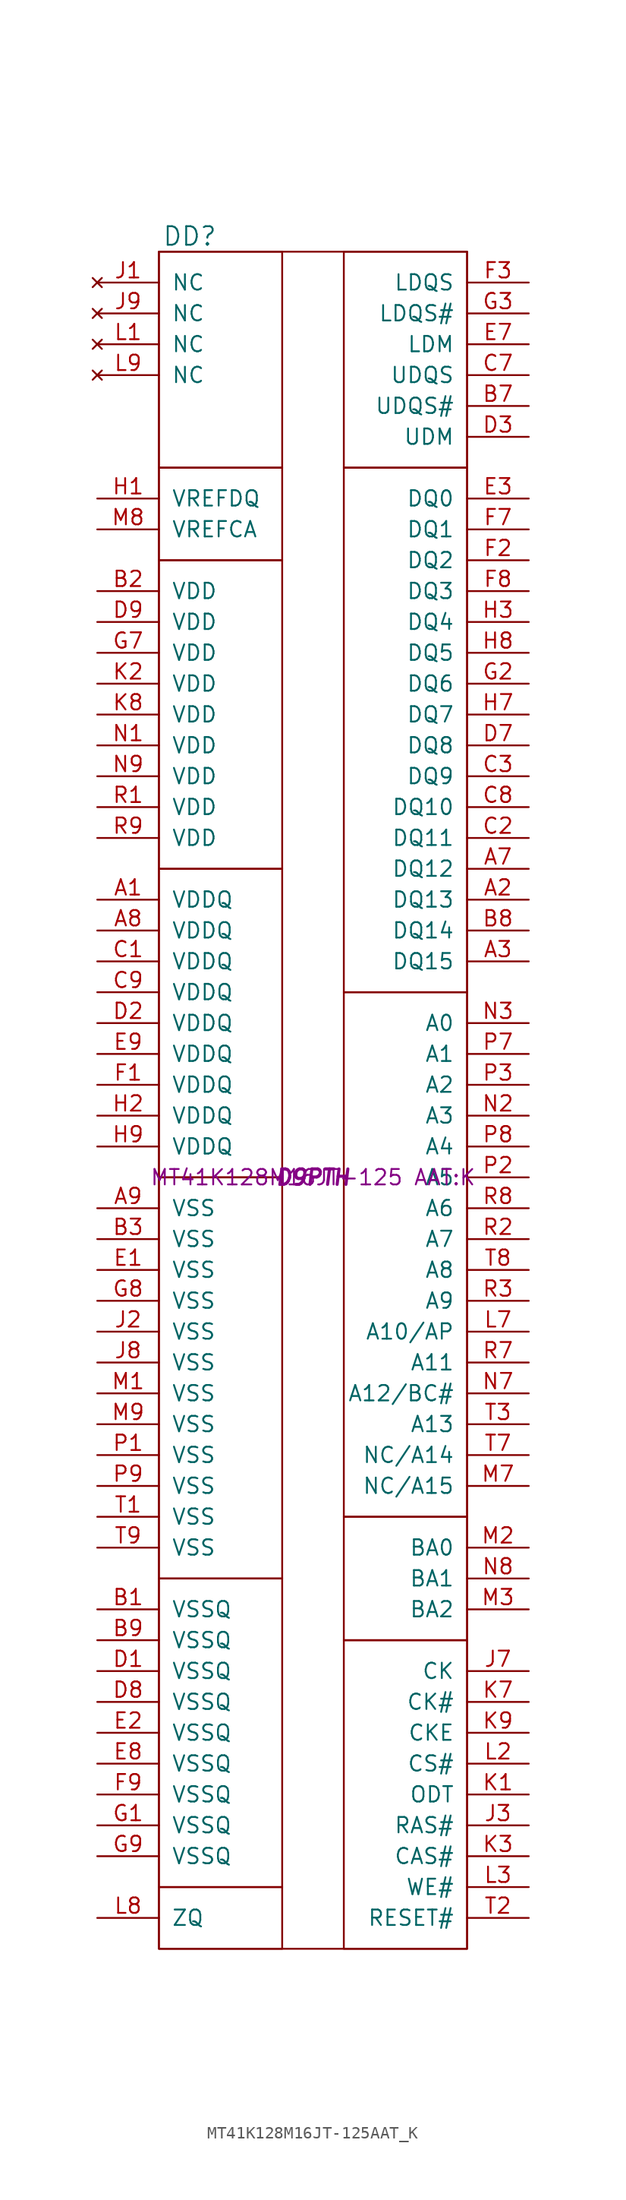
<source format=kicad_sym>
(kicad_symbol_lib
  (version 20211014)
  (generator kicad_symbol_editor)
  (symbol "MT41K128M16JT-125AAT_K"
    (pin_names
      (offset 1.016))
    (property "Reference" "DD"
      (at -10.16 77.47 0)
      (effects (font (size 1.524 1.524))))
    (property "p/n" "MT41K128M16JT-125 AAT:K"
      (at 0 0 0)
      (effects (font (size 1.27 1.27))))
    (property "Mark" "D9PTH"
      (at 0 0 0)
      (effects (font (size 1.27 1.27) bold italic)))
    (symbol "MT41K128M16JT-125AAT_K_0_1"
      (rectangle (start -12.7 -58.42) (end -2.54 -63.5) (stroke (width 0) (type default) (color 0 0 0 0)) (fill (type none)))
      (rectangle (start -12.7 -33.02) (end -2.54 -58.42) (stroke (width 0) (type default) (color 0 0 0 0)) (fill (type none)))
      (rectangle (start -12.7 0) (end -2.54 -33.02) (stroke (width 0) (type default) (color 0 0 0 0)) (fill (type none)))
      (rectangle (start -12.7 25.4) (end -2.54 0) (stroke (width 0) (type default) (color 0 0 0 0)) (fill (type none)))
      (rectangle (start -12.7 50.8) (end -2.54 25.4) (stroke (width 0) (type default) (color 0 0 0 0)) (fill (type none)))
      (rectangle (start -12.7 58.42) (end -2.54 50.8) (stroke (width 0) (type default) (color 0 0 0 0)) (fill (type none)))
      (rectangle (start -12.7 76.2) (end -2.54 58.42) (stroke (width 0) (type default) (color 0 0 0 0)) (fill (type none)))
      (rectangle (start -12.7 76.2) (end 12.7 -63.5) (stroke (width 0) (type default) (color 0 0 0 0)) (fill (type none)))
      (rectangle (start 2.54 -38.1) (end 12.7 -63.5) (stroke (width 0) (type default) (color 0 0 0 0)) (fill (type none)))
      (rectangle (start 2.54 -27.94) (end 12.7 -38.1) (stroke (width 0) (type default) (color 0 0 0 0)) (fill (type none)))
      (rectangle (start 2.54 15.24) (end 12.7 -27.94) (stroke (width 0) (type default) (color 0 0 0 0)) (fill (type none)))
      (rectangle (start 2.54 58.42) (end 12.7 15.24) (stroke (width 0) (type default) (color 0 0 0 0)) (fill (type none)))
      (rectangle (start 2.54 76.2) (end 12.7 58.42) (stroke (width 0) (type default) (color 0 0 0 0)) (fill (type none))))
    (symbol "MT41K128M16JT-125AAT_K_1_1"
      (pin passive line (at -17.78 22.86 0) (length 5.08) (name "VDDQ" (effects (font (size 1.27 1.27)))) (number "A1" (effects (font (size 1.27 1.27)))))
      (pin passive line (at 17.78 22.86 180) (length 5.08) (name "DQ13" (effects (font (size 1.27 1.27)))) (number "A2" (effects (font (size 1.27 1.27)))))
      (pin passive line (at 17.78 17.78 180) (length 5.08) (name "DQ15" (effects (font (size 1.27 1.27)))) (number "A3" (effects (font (size 1.27 1.27)))))
      (pin passive line (at 17.78 25.4 180) (length 5.08) (name "DQ12" (effects (font (size 1.27 1.27)))) (number "A7" (effects (font (size 1.27 1.27)))))
      (pin passive line (at -17.78 20.32 0) (length 5.08) (name "VDDQ" (effects (font (size 1.27 1.27)))) (number "A8" (effects (font (size 1.27 1.27)))))
      (pin passive line (at -17.78 -2.54 0) (length 5.08) (name "VSS" (effects (font (size 1.27 1.27)))) (number "A9" (effects (font (size 1.27 1.27)))))
      (pin passive line (at -17.78 -35.56 0) (length 5.08) (name "VSSQ" (effects (font (size 1.27 1.27)))) (number "B1" (effects (font (size 1.27 1.27)))))
      (pin passive line (at -17.78 48.26 0) (length 5.08) (name "VDD" (effects (font (size 1.27 1.27)))) (number "B2" (effects (font (size 1.27 1.27)))))
      (pin passive line (at -17.78 -5.08 0) (length 5.08) (name "VSS" (effects (font (size 1.27 1.27)))) (number "B3" (effects (font (size 1.27 1.27)))))
      (pin passive line (at 17.78 63.5 180) (length 5.08) (name "UDQS#" (effects (font (size 1.27 1.27)))) (number "B7" (effects (font (size 1.27 1.27)))))
      (pin passive line (at 17.78 20.32 180) (length 5.08) (name "DQ14" (effects (font (size 1.27 1.27)))) (number "B8" (effects (font (size 1.27 1.27)))))
      (pin passive line (at -17.78 -38.1 0) (length 5.08) (name "VSSQ" (effects (font (size 1.27 1.27)))) (number "B9" (effects (font (size 1.27 1.27)))))
      (pin passive line (at -17.78 17.78 0) (length 5.08) (name "VDDQ" (effects (font (size 1.27 1.27)))) (number "C1" (effects (font (size 1.27 1.27)))))
      (pin passive line (at 17.78 27.94 180) (length 5.08) (name "DQ11" (effects (font (size 1.27 1.27)))) (number "C2" (effects (font (size 1.27 1.27)))))
      (pin passive line (at 17.78 33.02 180) (length 5.08) (name "DQ9" (effects (font (size 1.27 1.27)))) (number "C3" (effects (font (size 1.27 1.27)))))
      (pin passive line (at 17.78 66.04 180) (length 5.08) (name "UDQS" (effects (font (size 1.27 1.27)))) (number "C7" (effects (font (size 1.27 1.27)))))
      (pin passive line (at 17.78 30.48 180) (length 5.08) (name "DQ10" (effects (font (size 1.27 1.27)))) (number "C8" (effects (font (size 1.27 1.27)))))
      (pin passive line (at -17.78 15.24 0) (length 5.08) (name "VDDQ" (effects (font (size 1.27 1.27)))) (number "C9" (effects (font (size 1.27 1.27)))))
      (pin passive line (at -17.78 -40.64 0) (length 5.08) (name "VSSQ" (effects (font (size 1.27 1.27)))) (number "D1" (effects (font (size 1.27 1.27)))))
      (pin passive line (at -17.78 12.7 0) (length 5.08) (name "VDDQ" (effects (font (size 1.27 1.27)))) (number "D2" (effects (font (size 1.27 1.27)))))
      (pin passive line (at 17.78 60.96 180) (length 5.08) (name "UDM" (effects (font (size 1.27 1.27)))) (number "D3" (effects (font (size 1.27 1.27)))))
      (pin passive line (at 17.78 35.56 180) (length 5.08) (name "DQ8" (effects (font (size 1.27 1.27)))) (number "D7" (effects (font (size 1.27 1.27)))))
      (pin passive line (at -17.78 -43.18 0) (length 5.08) (name "VSSQ" (effects (font (size 1.27 1.27)))) (number "D8" (effects (font (size 1.27 1.27)))))
      (pin passive line (at -17.78 45.72 0) (length 5.08) (name "VDD" (effects (font (size 1.27 1.27)))) (number "D9" (effects (font (size 1.27 1.27)))))
      (pin passive line (at -17.78 -7.62 0) (length 5.08) (name "VSS" (effects (font (size 1.27 1.27)))) (number "E1" (effects (font (size 1.27 1.27)))))
      (pin passive line (at -17.78 -45.72 0) (length 5.08) (name "VSSQ" (effects (font (size 1.27 1.27)))) (number "E2" (effects (font (size 1.27 1.27)))))
      (pin passive line (at 17.78 55.88 180) (length 5.08) (name "DQ0" (effects (font (size 1.27 1.27)))) (number "E3" (effects (font (size 1.27 1.27)))))
      (pin passive line (at 17.78 68.58 180) (length 5.08) (name "LDM" (effects (font (size 1.27 1.27)))) (number "E7" (effects (font (size 1.27 1.27)))))
      (pin passive line (at -17.78 -48.26 0) (length 5.08) (name "VSSQ" (effects (font (size 1.27 1.27)))) (number "E8" (effects (font (size 1.27 1.27)))))
      (pin passive line (at -17.78 10.16 0) (length 5.08) (name "VDDQ" (effects (font (size 1.27 1.27)))) (number "E9" (effects (font (size 1.27 1.27)))))
      (pin passive line (at -17.78 7.62 0) (length 5.08) (name "VDDQ" (effects (font (size 1.27 1.27)))) (number "F1" (effects (font (size 1.27 1.27)))))
      (pin passive line (at 17.78 50.8 180) (length 5.08) (name "DQ2" (effects (font (size 1.27 1.27)))) (number "F2" (effects (font (size 1.27 1.27)))))
      (pin passive line (at 17.78 73.66 180) (length 5.08) (name "LDQS" (effects (font (size 1.27 1.27)))) (number "F3" (effects (font (size 1.27 1.27)))))
      (pin passive line (at 17.78 53.34 180) (length 5.08) (name "DQ1" (effects (font (size 1.27 1.27)))) (number "F7" (effects (font (size 1.27 1.27)))))
      (pin passive line (at 17.78 48.26 180) (length 5.08) (name "DQ3" (effects (font (size 1.27 1.27)))) (number "F8" (effects (font (size 1.27 1.27)))))
      (pin passive line (at -17.78 -50.8 0) (length 5.08) (name "VSSQ" (effects (font (size 1.27 1.27)))) (number "F9" (effects (font (size 1.27 1.27)))))
      (pin passive line (at -17.78 -53.34 0) (length 5.08) (name "VSSQ" (effects (font (size 1.27 1.27)))) (number "G1" (effects (font (size 1.27 1.27)))))
      (pin passive line (at 17.78 40.64 180) (length 5.08) (name "DQ6" (effects (font (size 1.27 1.27)))) (number "G2" (effects (font (size 1.27 1.27)))))
      (pin passive line (at 17.78 71.12 180) (length 5.08) (name "LDQS#" (effects (font (size 1.27 1.27)))) (number "G3" (effects (font (size 1.27 1.27)))))
      (pin passive line (at -17.78 43.18 0) (length 5.08) (name "VDD" (effects (font (size 1.27 1.27)))) (number "G7" (effects (font (size 1.27 1.27)))))
      (pin passive line (at -17.78 -10.16 0) (length 5.08) (name "VSS" (effects (font (size 1.27 1.27)))) (number "G8" (effects (font (size 1.27 1.27)))))
      (pin passive line (at -17.78 -55.88 0) (length 5.08) (name "VSSQ" (effects (font (size 1.27 1.27)))) (number "G9" (effects (font (size 1.27 1.27)))))
      (pin passive line (at -17.78 55.88 0) (length 5.08) (name "VREFDQ" (effects (font (size 1.27 1.27)))) (number "H1" (effects (font (size 1.27 1.27)))))
      (pin passive line (at -17.78 5.08 0) (length 5.08) (name "VDDQ" (effects (font (size 1.27 1.27)))) (number "H2" (effects (font (size 1.27 1.27)))))
      (pin passive line (at 17.78 45.72 180) (length 5.08) (name "DQ4" (effects (font (size 1.27 1.27)))) (number "H3" (effects (font (size 1.27 1.27)))))
      (pin passive line (at 17.78 38.1 180) (length 5.08) (name "DQ7" (effects (font (size 1.27 1.27)))) (number "H7" (effects (font (size 1.27 1.27)))))
      (pin passive line (at 17.78 43.18 180) (length 5.08) (name "DQ5" (effects (font (size 1.27 1.27)))) (number "H8" (effects (font (size 1.27 1.27)))))
      (pin passive line (at -17.78 2.54 0) (length 5.08) (name "VDDQ" (effects (font (size 1.27 1.27)))) (number "H9" (effects (font (size 1.27 1.27)))))
      (pin no_connect line (at -17.78 73.66 0) (length 5.08) (name "NC" (effects (font (size 1.27 1.27)))) (number "J1" (effects (font (size 1.27 1.27)))))
      (pin passive line (at -17.78 -12.7 0) (length 5.08) (name "VSS" (effects (font (size 1.27 1.27)))) (number "J2" (effects (font (size 1.27 1.27)))))
      (pin passive line (at 17.78 -53.34 180) (length 5.08) (name "RAS#" (effects (font (size 1.27 1.27)))) (number "J3" (effects (font (size 1.27 1.27)))))
      (pin passive line (at 17.78 -40.64 180) (length 5.08) (name "CK" (effects (font (size 1.27 1.27)))) (number "J7" (effects (font (size 1.27 1.27)))))
      (pin passive line (at -17.78 -15.24 0) (length 5.08) (name "VSS" (effects (font (size 1.27 1.27)))) (number "J8" (effects (font (size 1.27 1.27)))))
      (pin no_connect line (at -17.78 71.12 0) (length 5.08) (name "NC" (effects (font (size 1.27 1.27)))) (number "J9" (effects (font (size 1.27 1.27)))))
      (pin passive line (at 17.78 -50.8 180) (length 5.08) (name "ODT" (effects (font (size 1.27 1.27)))) (number "K1" (effects (font (size 1.27 1.27)))))
      (pin passive line (at -17.78 40.64 0) (length 5.08) (name "VDD" (effects (font (size 1.27 1.27)))) (number "K2" (effects (font (size 1.27 1.27)))))
      (pin passive line (at 17.78 -55.88 180) (length 5.08) (name "CAS#" (effects (font (size 1.27 1.27)))) (number "K3" (effects (font (size 1.27 1.27)))))
      (pin passive line (at 17.78 -43.18 180) (length 5.08) (name "CK#" (effects (font (size 1.27 1.27)))) (number "K7" (effects (font (size 1.27 1.27)))))
      (pin passive line (at -17.78 38.1 0) (length 5.08) (name "VDD" (effects (font (size 1.27 1.27)))) (number "K8" (effects (font (size 1.27 1.27)))))
      (pin passive line (at 17.78 -45.72 180) (length 5.08) (name "CKE" (effects (font (size 1.27 1.27)))) (number "K9" (effects (font (size 1.27 1.27)))))
      (pin no_connect line (at -17.78 68.58 0) (length 5.08) (name "NC" (effects (font (size 1.27 1.27)))) (number "L1" (effects (font (size 1.27 1.27)))))
      (pin passive line (at 17.78 -48.26 180) (length 5.08) (name "CS#" (effects (font (size 1.27 1.27)))) (number "L2" (effects (font (size 1.27 1.27)))))
      (pin passive line (at 17.78 -58.42 180) (length 5.08) (name "WE#" (effects (font (size 1.27 1.27)))) (number "L3" (effects (font (size 1.27 1.27)))))
      (pin passive line (at 17.78 -12.7 180) (length 5.08) (name "A10/AP" (effects (font (size 1.27 1.27)))) (number "L7" (effects (font (size 1.27 1.27)))))
      (pin passive line (at -17.78 -60.96 0) (length 5.08) (name "ZQ" (effects (font (size 1.27 1.27)))) (number "L8" (effects (font (size 1.27 1.27)))))
      (pin no_connect line (at -17.78 66.04 0) (length 5.08) (name "NC" (effects (font (size 1.27 1.27)))) (number "L9" (effects (font (size 1.27 1.27)))))
      (pin passive line (at -17.78 -17.78 0) (length 5.08) (name "VSS" (effects (font (size 1.27 1.27)))) (number "M1" (effects (font (size 1.27 1.27)))))
      (pin passive line (at 17.78 -30.48 180) (length 5.08) (name "BA0" (effects (font (size 1.27 1.27)))) (number "M2" (effects (font (size 1.27 1.27)))))
      (pin passive line (at 17.78 -35.56 180) (length 5.08) (name "BA2" (effects (font (size 1.27 1.27)))) (number "M3" (effects (font (size 1.27 1.27)))))
      (pin passive line (at 17.78 -25.4 180) (length 5.08) (name "NC/A15" (effects (font (size 1.27 1.27)))) (number "M7" (effects (font (size 1.27 1.27)))))
      (pin passive line (at -17.78 53.34 0) (length 5.08) (name "VREFCA" (effects (font (size 1.27 1.27)))) (number "M8" (effects (font (size 1.27 1.27)))))
      (pin passive line (at -17.78 -20.32 0) (length 5.08) (name "VSS" (effects (font (size 1.27 1.27)))) (number "M9" (effects (font (size 1.27 1.27)))))
      (pin passive line (at -17.78 35.56 0) (length 5.08) (name "VDD" (effects (font (size 1.27 1.27)))) (number "N1" (effects (font (size 1.27 1.27)))))
      (pin passive line (at 17.78 5.08 180) (length 5.08) (name "A3" (effects (font (size 1.27 1.27)))) (number "N2" (effects (font (size 1.27 1.27)))))
      (pin passive line (at 17.78 12.7 180) (length 5.08) (name "A0" (effects (font (size 1.27 1.27)))) (number "N3" (effects (font (size 1.27 1.27)))))
      (pin passive line (at 17.78 -17.78 180) (length 5.08) (name "A12/BC#" (effects (font (size 1.27 1.27)))) (number "N7" (effects (font (size 1.27 1.27)))))
      (pin passive line (at 17.78 -33.02 180) (length 5.08) (name "BA1" (effects (font (size 1.27 1.27)))) (number "N8" (effects (font (size 1.27 1.27)))))
      (pin passive line (at -17.78 33.02 0) (length 5.08) (name "VDD" (effects (font (size 1.27 1.27)))) (number "N9" (effects (font (size 1.27 1.27)))))
      (pin passive line (at -17.78 -22.86 0) (length 5.08) (name "VSS" (effects (font (size 1.27 1.27)))) (number "P1" (effects (font (size 1.27 1.27)))))
      (pin passive line (at 17.78 0 180) (length 5.08) (name "A5" (effects (font (size 1.27 1.27)))) (number "P2" (effects (font (size 1.27 1.27)))))
      (pin passive line (at 17.78 7.62 180) (length 5.08) (name "A2" (effects (font (size 1.27 1.27)))) (number "P3" (effects (font (size 1.27 1.27)))))
      (pin passive line (at 17.78 10.16 180) (length 5.08) (name "A1" (effects (font (size 1.27 1.27)))) (number "P7" (effects (font (size 1.27 1.27)))))
      (pin passive line (at 17.78 2.54 180) (length 5.08) (name "A4" (effects (font (size 1.27 1.27)))) (number "P8" (effects (font (size 1.27 1.27)))))
      (pin passive line (at -17.78 -25.4 0) (length 5.08) (name "VSS" (effects (font (size 1.27 1.27)))) (number "P9" (effects (font (size 1.27 1.27)))))
      (pin passive line (at -17.78 30.48 0) (length 5.08) (name "VDD" (effects (font (size 1.27 1.27)))) (number "R1" (effects (font (size 1.27 1.27)))))
      (pin passive line (at 17.78 -5.08 180) (length 5.08) (name "A7" (effects (font (size 1.27 1.27)))) (number "R2" (effects (font (size 1.27 1.27)))))
      (pin passive line (at 17.78 -10.16 180) (length 5.08) (name "A9" (effects (font (size 1.27 1.27)))) (number "R3" (effects (font (size 1.27 1.27)))))
      (pin passive line (at 17.78 -15.24 180) (length 5.08) (name "A11" (effects (font (size 1.27 1.27)))) (number "R7" (effects (font (size 1.27 1.27)))))
      (pin passive line (at 17.78 -2.54 180) (length 5.08) (name "A6" (effects (font (size 1.27 1.27)))) (number "R8" (effects (font (size 1.27 1.27)))))
      (pin passive line (at -17.78 27.94 0) (length 5.08) (name "VDD" (effects (font (size 1.27 1.27)))) (number "R9" (effects (font (size 1.27 1.27)))))
      (pin passive line (at -17.78 -27.94 0) (length 5.08) (name "VSS" (effects (font (size 1.27 1.27)))) (number "T1" (effects (font (size 1.27 1.27)))))
      (pin passive line (at 17.78 -60.96 180) (length 5.08) (name "RESET#" (effects (font (size 1.27 1.27)))) (number "T2" (effects (font (size 1.27 1.27)))))
      (pin passive line (at 17.78 -20.32 180) (length 5.08) (name "A13" (effects (font (size 1.27 1.27)))) (number "T3" (effects (font (size 1.27 1.27)))))
      (pin passive line (at 17.78 -22.86 180) (length 5.08) (name "NC/A14" (effects (font (size 1.27 1.27)))) (number "T7" (effects (font (size 1.27 1.27)))))
      (pin passive line (at 17.78 -7.62 180) (length 5.08) (name "A8" (effects (font (size 1.27 1.27)))) (number "T8" (effects (font (size 1.27 1.27)))))
      (pin passive line (at -17.78 -30.48 0) (length 5.08) (name "VSS" (effects (font (size 1.27 1.27)))) (number "T9" (effects (font (size 1.27 1.27))))))))
</source>
